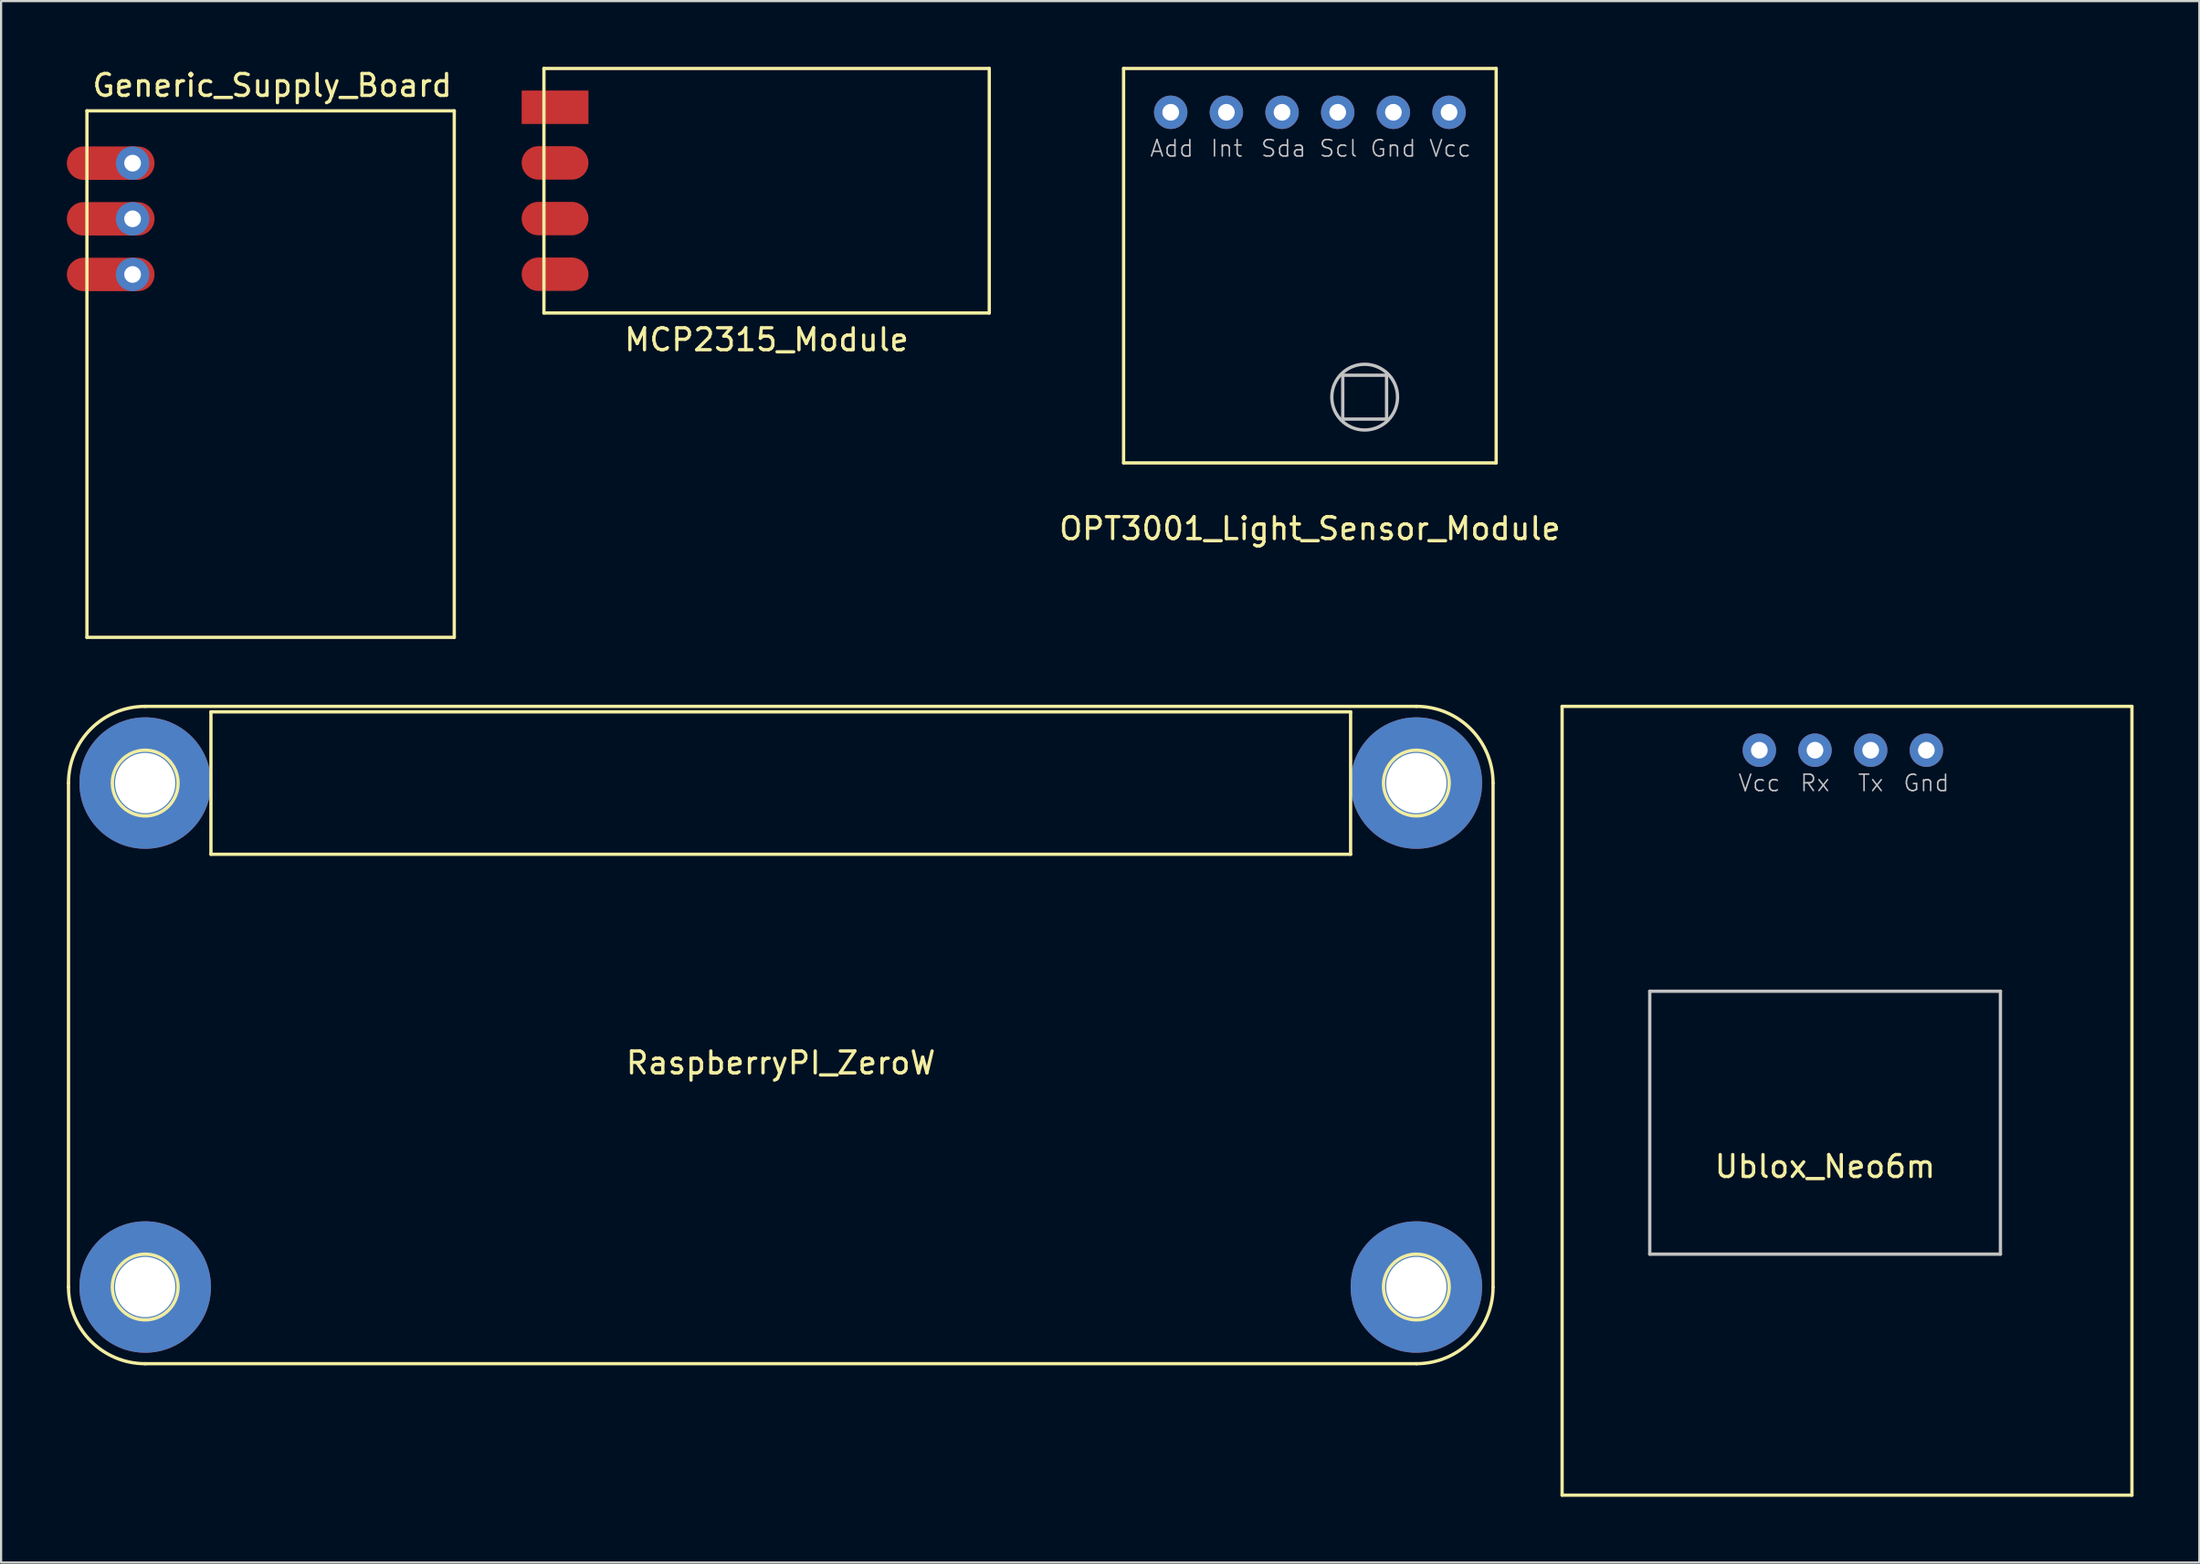
<source format=kicad_pcb>
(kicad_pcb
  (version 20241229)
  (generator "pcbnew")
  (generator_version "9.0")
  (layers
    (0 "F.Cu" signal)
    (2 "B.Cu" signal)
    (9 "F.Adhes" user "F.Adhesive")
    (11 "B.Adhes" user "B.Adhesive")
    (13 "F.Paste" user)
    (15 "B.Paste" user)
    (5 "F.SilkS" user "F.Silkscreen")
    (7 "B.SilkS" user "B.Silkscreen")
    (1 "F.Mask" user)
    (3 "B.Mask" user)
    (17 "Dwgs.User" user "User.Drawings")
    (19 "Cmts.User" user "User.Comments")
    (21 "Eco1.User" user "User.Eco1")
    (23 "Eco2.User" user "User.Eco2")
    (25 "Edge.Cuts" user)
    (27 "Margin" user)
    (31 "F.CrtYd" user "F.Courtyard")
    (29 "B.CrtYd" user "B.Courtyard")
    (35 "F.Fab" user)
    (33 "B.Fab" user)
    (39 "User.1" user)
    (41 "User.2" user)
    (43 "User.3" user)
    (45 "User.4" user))
  (footprint "Generic_Supply_Board"
    (layer "F.Cu")
    (at 9.297 14.023)
    (property "Reference" "Generic_Supply_Board" (at 0.075 -13.175 0) (layer "F.SilkS") (effects (font (size 1 1) (thickness 0.15))))
    (attr through_hole)
    (fp_line (start -8.38 -12.015) (end -8.38 12.015) (stroke (width 0.15) (type solid)) (layer "F.SilkS"))
    (fp_line (start -8.38 -12.015) (end 8.38 -12.015) (stroke (width 0.15) (type solid)) (layer "F.SilkS"))
    (fp_line (start -8.38 12.015) (end 8.38 12.015) (stroke (width 0.15) (type solid)) (layer "F.SilkS"))
    (fp_line (start 8.38 -12.015) (end 8.38 12.015) (stroke (width 0.15) (type solid)) (layer "F.SilkS"))
    (pad "1" thru_hole circle (at -6.297 -9.627) (size 1.524 1.524) (drill 0.762) (layers "*.Cu" "*.Mask"))
    (pad "1" smd oval (at -6.297 -9.627) (size 4 1.524) (drill (offset -1 0)) (layers "F.Cu" "F.Mask" "F.Paste"))
    (pad "2" thru_hole circle (at -6.297 -7.087) (size 1.524 1.524) (drill 0.762) (layers "*.Cu" "*.Mask"))
    (pad "2" smd oval (at -6.297 -7.087) (size 4 1.524) (drill (offset -1 0)) (layers "F.Cu" "F.Mask" "F.Paste"))
    (pad "3" thru_hole circle (at -6.297 -4.547) (size 1.524 1.524) (drill 0.762) (layers "*.Cu" "*.Mask"))
    (pad "3" smd oval (at -6.297 -4.547) (size 4 1.524) (drill (offset -1 0)) (layers "F.Cu" "F.Mask" "F.Paste")))
  (footprint "Ublox_Neo6m"
    (layer "F.Cu")
    (at 81.225 47.188)
    (property "Reference" "Ublox_Neo6m" (at -1 3 0) (layer "F.SilkS") (effects (font (size 1 1) (thickness 0.15))))
    (attr through_hole)
    (fp_line (start -13 -18) (end -13 18) (stroke (width 0.15) (type solid)) (layer "F.SilkS"))
    (fp_line (start -13 -18) (end 13 -18) (stroke (width 0.15) (type solid)) (layer "F.SilkS"))
    (fp_line (start -13 18) (end 13 18) (stroke (width 0.15) (type solid)) (layer "F.SilkS"))
    (fp_line (start 13 -18) (end 13 18) (stroke (width 0.15) (type solid)) (layer "F.SilkS"))
    (fp_line (start -9 -5) (end 7 -5) (stroke (width 0.15) (type solid)) (layer "Dwgs.User"))
    (fp_line (start -9 7) (end -9 -5) (stroke (width 0.15) (type solid)) (layer "Dwgs.User"))
    (fp_line (start -9 7) (end 7 7) (stroke (width 0.15) (type solid)) (layer "Dwgs.User"))
    (fp_line (start 7 -5) (end 7 7) (stroke (width 0.15) (type solid)) (layer "Dwgs.User"))
    (fp_text user "Gnd" (at 3.62 -14.5 0) (layer "Dwgs.User") (effects (font (size 0.75 0.75) (thickness 0.07))))
    (fp_text user "Vcc" (at -4 -14.5 0) (layer "Dwgs.User") (effects (font (size 0.75 0.75) (thickness 0.07))))
    (fp_text user "Tx" (at 1.08 -14.5 0) (layer "Dwgs.User") (effects (font (size 0.75 0.75) (thickness 0.07))))
    (fp_text user "Rx" (at -1.46 -14.5 0) (layer "Dwgs.User") (effects (font (size 0.75 0.75) (thickness 0.07))))
    (pad "1" thru_hole circle (at -4 -16) (size 1.524 1.524) (drill 0.762) (layers "*.Cu" "*.Mask"))
    (pad "2" thru_hole circle (at -1.46 -16) (size 1.524 1.524) (drill 0.762) (layers "*.Cu" "*.Mask"))
    (pad "3" thru_hole circle (at 1.08 -16) (size 1.524 1.524) (drill 0.762) (layers "*.Cu" "*.Mask"))
    (pad "4" thru_hole circle (at 3.62 -16) (size 1.524 1.524) (drill 0.762) (layers "*.Cu" "*.Mask")))
  (footprint "OPT3001_Light_Sensor_Module"
    (layer "F.Cu")
    (at 56.717 9.075)
    (property "Reference" "OPT3001_Light_Sensor_Module" (at 0 12 0) (layer "F.SilkS") (effects (font (size 1 1) (thickness 0.15))))
    (attr through_hole)
    (fp_line (start -8.5 -9) (end 8.5 -9) (stroke (width 0.15) (type solid)) (layer "F.SilkS"))
    (fp_line (start -8.5 9) (end -8.5 -9) (stroke (width 0.15) (type solid)) (layer "F.SilkS"))
    (fp_line (start 8.5 -9) (end 8.5 9) (stroke (width 0.15) (type solid)) (layer "F.SilkS"))
    (fp_line (start 8.5 9) (end -8.5 9) (stroke (width 0.15) (type solid)) (layer "F.SilkS"))
    (fp_line (start 1.5 5) (end 3.5 5) (stroke (width 0.15) (type solid)) (layer "Dwgs.User"))
    (fp_line (start 1.5 7) (end 1.5 5) (stroke (width 0.15) (type solid)) (layer "Dwgs.User"))
    (fp_line (start 3.5 5) (end 3.5 7) (stroke (width 0.15) (type solid)) (layer "Dwgs.User"))
    (fp_line (start 3.5 7) (end 1.5 7) (stroke (width 0.15) (type solid)) (layer "Dwgs.User"))
    (fp_circle (center 2.5 6) (end 4 6) (stroke (width 0.15) (type solid)) (fill no) (layer "Dwgs.User"))
    (fp_text user "Int" (at -3.8 -5.35 0) (layer "Dwgs.User") (effects (font (size 0.75 0.75) (thickness 0.07))))
    (fp_text user "Scl" (at 1.3 -5.35 0) (layer "Dwgs.User") (effects (font (size 0.75 0.75) (thickness 0.07))))
    (fp_text user "Add" (at -6.3 -5.35 0) (layer "Dwgs.User") (effects (font (size 0.75 0.75) (thickness 0.07))))
    (fp_text user "Sda" (at -1.2 -5.35 0) (layer "Dwgs.User") (effects (font (size 0.75 0.75) (thickness 0.07))))
    (fp_text user "Gnd" (at 3.8 -5.35 0) (layer "Dwgs.User") (effects (font (size 0.75 0.75) (thickness 0.07))))
    (fp_text user "Vcc" (at 6.4 -5.35 0) (layer "Dwgs.User") (effects (font (size 0.75 0.75) (thickness 0.07))))
    (pad "1" thru_hole circle (at 6.35 -7) (size 1.524 1.524) (drill 0.762) (layers "*.Cu" "*.Mask"))
    (pad "2" thru_hole circle (at 3.81 -7) (size 1.524 1.524) (drill 0.762) (layers "*.Cu" "*.Mask"))
    (pad "3" thru_hole circle (at 1.27 -7) (size 1.524 1.524) (drill 0.762) (layers "*.Cu" "*.Mask"))
    (pad "4" thru_hole circle (at -1.27 -7) (size 1.524 1.524) (drill 0.762) (layers "*.Cu" "*.Mask"))
    (pad "5" thru_hole circle (at -3.81 -7) (size 1.524 1.524) (drill 0.762) (layers "*.Cu" "*.Mask"))
    (pad "6" thru_hole circle (at -6.35 -7) (size 1.524 1.524) (drill 0.762) (layers "*.Cu" "*.Mask")))
  (footprint "RaspberryPI_ZeroW"
    (layer "F.Cu")
    (at 32.575 44.188)
    (property "Reference" "RaspberryPI_ZeroW" (at 0 1.27 0) (layer "F.SilkS") (effects (font (size 1 1) (thickness 0.15))))
    (attr through_hole)
    (fp_line (start -32.5 11.5) (end -32.5 -11.5) (stroke (width 0.15) (type solid)) (layer "F.SilkS"))
    (fp_line (start -29 -15) (end 29 -15) (stroke (width 0.15) (type solid)) (layer "F.SilkS"))
    (fp_line (start -29 15) (end 29 15) (stroke (width 0.15) (type solid)) (layer "F.SilkS"))
    (fp_line (start -26 -14.75) (end -26 -8.25) (stroke (width 0.15) (type solid)) (layer "F.SilkS"))
    (fp_line (start -26 -14.75) (end 26 -14.75) (stroke (width 0.15) (type solid)) (layer "F.SilkS"))
    (fp_line (start -26 -8.25) (end 26 -8.25) (stroke (width 0.15) (type solid)) (layer "F.SilkS"))
    (fp_line (start 26 -14.75) (end 26 -8.25) (stroke (width 0.15) (type solid)) (layer "F.SilkS"))
    (fp_line (start 32.5 11.5) (end 32.5 -11.5) (stroke (width 0.15) (type solid)) (layer "F.SilkS"))
    (fp_arc (start -32.5 -11.5) (mid -31.474874 -13.974874) (end -29 -15) (stroke (width 0.15) (type solid)) (layer "F.SilkS"))
    (fp_arc (start -29 15) (mid -31.474874 13.974874) (end -32.5 11.5) (stroke (width 0.15) (type solid)) (layer "F.SilkS"))
    (fp_arc (start 29 -15) (mid 31.474874 -13.974874) (end 32.5 -11.5) (stroke (width 0.15) (type solid)) (layer "F.SilkS"))
    (fp_arc (start 32.5 11.5) (mid 31.474874 13.974874) (end 29 15) (stroke (width 0.15) (type solid)) (layer "F.SilkS"))
    (fp_circle (center -29 -11.5) (end -27.5 -11.5) (stroke (width 0.15) (type solid)) (fill no) (layer "F.SilkS"))
    (fp_circle (center -29 11.5) (end -27.5 11.5) (stroke (width 0.15) (type solid)) (fill no) (layer "F.SilkS"))
    (fp_circle (center 29 -11.5) (end 30.5 -11.5) (stroke (width 0.15) (type solid)) (fill no) (layer "F.SilkS"))
    (fp_circle (center 29 11.5) (end 30.5 11.5) (stroke (width 0.15) (type solid)) (fill no) (layer "F.SilkS"))
    (pad "1" thru_hole circle (at -29 -11.5) (size 6 6) (drill 2.75) (layers "*.Cu" "*.Mask"))
    (pad "2" thru_hole circle (at 29 -11.5) (size 6 6) (drill 2.75) (layers "*.Cu" "*.Mask"))
    (pad "3" thru_hole circle (at -29 11.5) (size 6 6) (drill 2.75) (layers "*.Cu" "*.Mask"))
    (pad "4" thru_hole circle (at 29 11.5) (size 6 6) (drill 2.75) (layers "*.Cu" "*.Mask")))
  (footprint "MCP2315_Module"
    (layer "F.Cu")
    (at 31.928 5.655)
    (property "Reference" "MCP2315_Module" (at 0 6.8 0) (layer "F.SilkS") (effects (font (size 1 1) (thickness 0.15))))
    (attr through_hole)
    (fp_line (start -10.16 -5.58) (end 10.16 -5.58) (stroke (width 0.15) (type solid)) (layer "F.SilkS"))
    (fp_line (start -10.16 5.58) (end -10.16 -5.58) (stroke (width 0.15) (type solid)) (layer "F.SilkS"))
    (fp_line (start 10.16 -5.58) (end 10.16 5.58) (stroke (width 0.15) (type solid)) (layer "F.SilkS"))
    (fp_line (start 10.16 5.58) (end -10.16 5.58) (stroke (width 0.15) (type solid)) (layer "F.SilkS"))
    (pad "1" smd rect (at -8.89 -3.81) (size 3.048 1.524) (drill (offset -0.762 0)) (layers "F.Cu" "F.Mask" "F.Paste"))
    (pad "2" smd oval (at -8.89 -1.27) (size 3.048 1.524) (drill (offset -0.762 0)) (layers "F.Cu" "F.Mask" "F.Paste"))
    (pad "3" smd oval (at -8.89 1.27) (size 3.048 1.524) (drill (offset -0.762 0)) (layers "F.Cu" "F.Mask" "F.Paste"))
    (pad "4" smd oval (at -8.89 3.81) (size 3.048 1.524) (drill (offset -0.762 0)) (layers "F.Cu" "F.Mask" "F.Paste")))
  (gr_rect
    (start -3 -3)
    (end 97.3 68.263)
    (stroke (width 0.1) (type default))
    (fill no)
    (layer "Edge.Cuts")))
</source>
